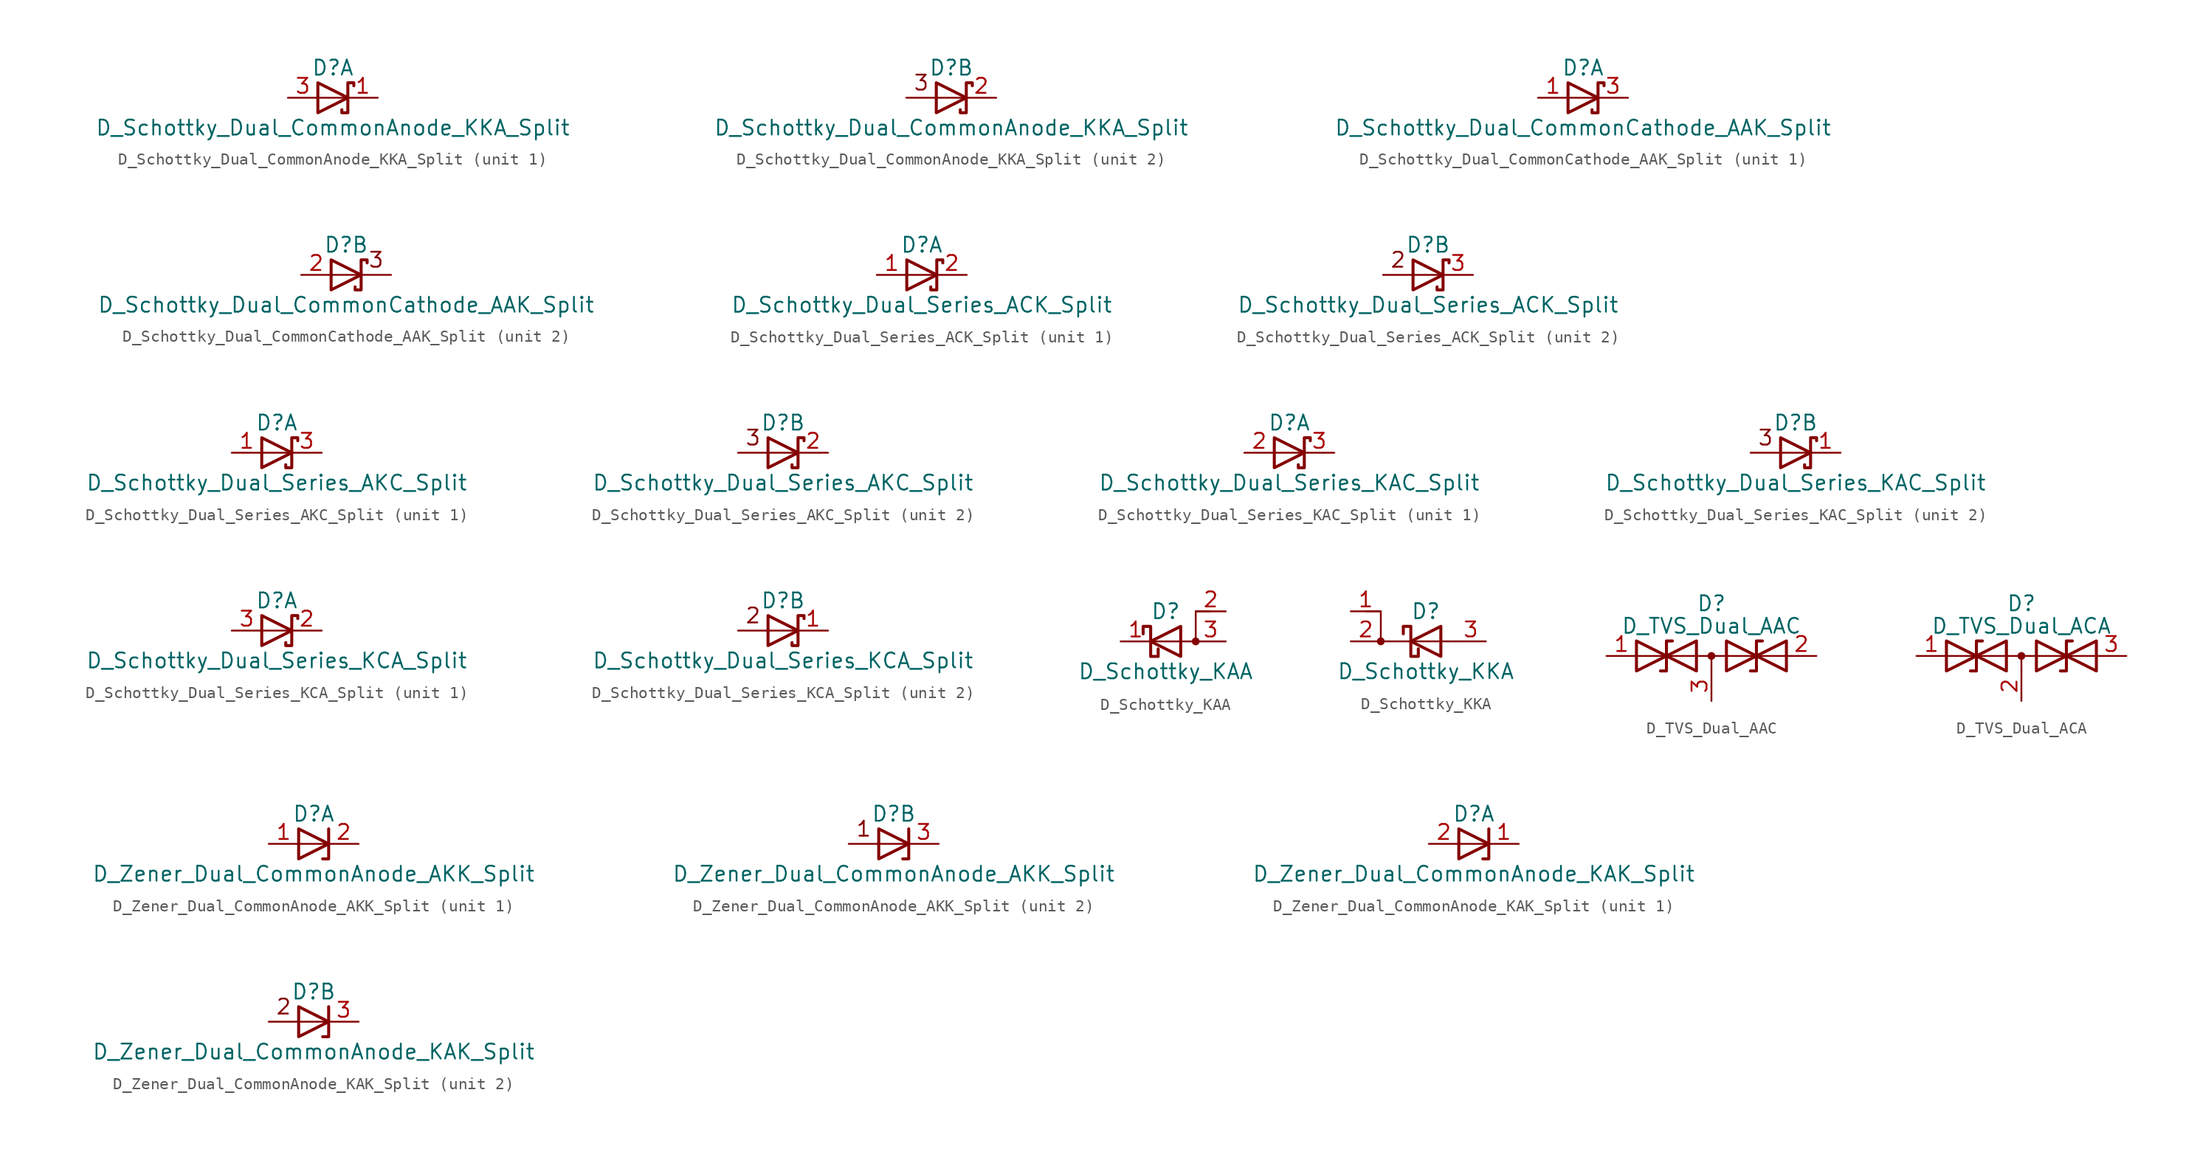
<source format=kicad_sym>
(kicad_symbol_lib
  (version 20220914)
  (generator kicad_symbol_editor)
  (symbol "D_Schottky_Dual_CommonAnode_KKA_Split"
    (pin_names
      (offset 0.762) hide)
    (property "Reference" "D"
      (at 0 2.54 0)
      (effects (font (size 1.27 1.27))))
    (property "Value" "D_Schottky_Dual_CommonAnode_KKA_Split"
      (at 0 -2.54 0)
      (effects (font (size 1.27 1.27))))
    (property "ki_locked" ""
      (at 0 0 0)
      (effects (font (size 1.27 1.27))))
    (symbol "D_Schottky_Dual_CommonAnode_KKA_Split_0_1"
      (polyline (pts (xy -1.27 1.27) (xy 1.27 0) (xy -1.27 -1.27) (xy -1.27 1.27) (xy -1.27 1.27) (xy -1.27 1.27)) (stroke (width 0.254) (type default)) (fill (type none)))
      (polyline (pts (xy 1.778 1.016) (xy 1.778 1.27) (xy 1.27 1.27) (xy 1.27 -1.27) (xy 0.762 -1.27) (xy 0.762 -1.016)) (stroke (width 0.254) (type default)) (fill (type none))))
    (symbol "D_Schottky_Dual_CommonAnode_KKA_Split_1_1"
      (polyline (pts (xy 1.27 0) (xy -1.27 0)) (stroke (width 0) (type default)) (fill (type none)))
      (pin passive line (at 3.81 0 180) (length 2.54) (name "K" (effects (font (size 1.27 1.27)))) (number "1" (effects (font (size 1.27 1.27)))))
      (pin passive line (at -3.81 0 0) (length 2.54) (name "A" (effects (font (size 1.27 1.27)))) (number "3" (effects (font (size 1.27 1.27))))))
    (symbol "D_Schottky_Dual_CommonAnode_KKA_Split_2_0"
      (polyline (pts (xy 1.27 0) (xy -3.81 0)) (stroke (width 0) (type default)) (fill (type none)))
      (text "3" (at -2.54 1.27 0) (effects (font (size 1.27 1.27)))))
    (symbol "D_Schottky_Dual_CommonAnode_KKA_Split_2_1"
      (pin passive line (at 3.81 0 180) (length 2.54) (name "K" (effects (font (size 1.27 1.27)))) (number "2" (effects (font (size 1.27 1.27)))))))
  (symbol "D_Schottky_Dual_CommonCathode_AAK_Split"
    (pin_names
      (offset 0.762) hide)
    (property "Reference" "D"
      (at 0 2.54 0)
      (effects (font (size 1.27 1.27))))
    (property "Value" "D_Schottky_Dual_CommonCathode_AAK_Split"
      (at 0 -2.54 0)
      (effects (font (size 1.27 1.27))))
    (property "ki_locked" ""
      (at 0 0 0)
      (effects (font (size 1.27 1.27))))
    (symbol "D_Schottky_Dual_CommonCathode_AAK_Split_0_1"
      (polyline (pts (xy -1.27 1.27) (xy 1.27 0) (xy -1.27 -1.27) (xy -1.27 1.27) (xy -1.27 1.27) (xy -1.27 1.27)) (stroke (width 0.254) (type default)) (fill (type none)))
      (polyline (pts (xy 1.778 1.016) (xy 1.778 1.27) (xy 1.27 1.27) (xy 1.27 -1.27) (xy 0.762 -1.27) (xy 0.762 -1.016)) (stroke (width 0.254) (type default)) (fill (type none))))
    (symbol "D_Schottky_Dual_CommonCathode_AAK_Split_1_1"
      (polyline (pts (xy 1.27 0) (xy -1.27 0)) (stroke (width 0) (type default)) (fill (type none)))
      (pin passive line (at -3.81 0 0) (length 2.54) (name "A" (effects (font (size 1.27 1.27)))) (number "1" (effects (font (size 1.27 1.27)))))
      (pin passive line (at 3.81 0 180) (length 2.54) (name "K" (effects (font (size 1.27 1.27)))) (number "3" (effects (font (size 1.27 1.27))))))
    (symbol "D_Schottky_Dual_CommonCathode_AAK_Split_2_0"
      (polyline (pts (xy 3.81 0) (xy -1.27 0)) (stroke (width 0) (type default)) (fill (type none)))
      (text "3" (at 2.54 1.27 0) (effects (font (size 1.27 1.27)))))
    (symbol "D_Schottky_Dual_CommonCathode_AAK_Split_2_1"
      (pin passive line (at -3.81 0 0) (length 2.54) (name "K" (effects (font (size 1.27 1.27)))) (number "2" (effects (font (size 1.27 1.27)))))))
  (symbol "D_Schottky_Dual_Series_ACK_Split"
    (pin_names
      (offset 0.762) hide)
    (property "Reference" "D"
      (at 0 2.54 0)
      (effects (font (size 1.27 1.27))))
    (property "Value" "D_Schottky_Dual_Series_ACK_Split"
      (at 0 -2.54 0)
      (effects (font (size 1.27 1.27))))
    (property "ki_locked" ""
      (at 0 0 0)
      (effects (font (size 1.27 1.27))))
    (symbol "D_Schottky_Dual_Series_ACK_Split_0_1"
      (polyline (pts (xy -1.27 1.27) (xy 1.27 0) (xy -1.27 -1.27) (xy -1.27 1.27) (xy -1.27 1.27) (xy -1.27 1.27)) (stroke (width 0.254) (type default)) (fill (type none)))
      (polyline (pts (xy 1.778 1.016) (xy 1.778 1.27) (xy 1.27 1.27) (xy 1.27 -1.27) (xy 0.762 -1.27) (xy 0.762 -1.016)) (stroke (width 0.254) (type default)) (fill (type none))))
    (symbol "D_Schottky_Dual_Series_ACK_Split_1_1"
      (polyline (pts (xy 1.27 0) (xy -1.27 0)) (stroke (width 0) (type default)) (fill (type none)))
      (pin passive line (at -3.81 0 0) (length 2.54) (name "A" (effects (font (size 1.27 1.27)))) (number "1" (effects (font (size 1.27 1.27)))))
      (pin passive line (at 3.81 0 180) (length 2.54) (name "K" (effects (font (size 1.27 1.27)))) (number "2" (effects (font (size 1.27 1.27))))))
    (symbol "D_Schottky_Dual_Series_ACK_Split_2_0"
      (polyline (pts (xy 1.27 0) (xy -3.81 0)) (stroke (width 0) (type default)) (fill (type none)))
      (text "2" (at -2.54 1.27 0) (effects (font (size 1.27 1.27)))))
    (symbol "D_Schottky_Dual_Series_ACK_Split_2_1"
      (pin passive line (at 3.81 0 180) (length 2.54) (name "K" (effects (font (size 1.27 1.27)))) (number "3" (effects (font (size 1.27 1.27)))))))
  (symbol "D_Schottky_Dual_Series_AKC_Split"
    (pin_names
      (offset 0.762) hide)
    (property "Reference" "D"
      (at 0 2.54 0)
      (effects (font (size 1.27 1.27))))
    (property "Value" "D_Schottky_Dual_Series_AKC_Split"
      (at 0 -2.54 0)
      (effects (font (size 1.27 1.27))))
    (property "ki_locked" ""
      (at 0 0 0)
      (effects (font (size 1.27 1.27))))
    (symbol "D_Schottky_Dual_Series_AKC_Split_0_1"
      (polyline (pts (xy -1.27 1.27) (xy 1.27 0) (xy -1.27 -1.27) (xy -1.27 1.27) (xy -1.27 1.27) (xy -1.27 1.27)) (stroke (width 0.254) (type default)) (fill (type none)))
      (polyline (pts (xy 1.778 1.016) (xy 1.778 1.27) (xy 1.27 1.27) (xy 1.27 -1.27) (xy 0.762 -1.27) (xy 0.762 -1.016)) (stroke (width 0.254) (type default)) (fill (type none))))
    (symbol "D_Schottky_Dual_Series_AKC_Split_1_1"
      (polyline (pts (xy 1.27 0) (xy -1.27 0)) (stroke (width 0) (type default)) (fill (type none)))
      (pin passive line (at -3.81 0 0) (length 2.54) (name "A" (effects (font (size 1.27 1.27)))) (number "1" (effects (font (size 1.27 1.27)))))
      (pin passive line (at 3.81 0 180) (length 2.54) (name "K" (effects (font (size 1.27 1.27)))) (number "3" (effects (font (size 1.27 1.27))))))
    (symbol "D_Schottky_Dual_Series_AKC_Split_2_0"
      (polyline (pts (xy 1.27 0) (xy -3.81 0)) (stroke (width 0) (type default)) (fill (type none)))
      (text "3" (at -2.54 1.27 0) (effects (font (size 1.27 1.27)))))
    (symbol "D_Schottky_Dual_Series_AKC_Split_2_1"
      (pin passive line (at 3.81 0 180) (length 2.54) (name "K" (effects (font (size 1.27 1.27)))) (number "2" (effects (font (size 1.27 1.27)))))))
  (symbol "D_Schottky_Dual_Series_KAC_Split"
    (pin_names
      (offset 0.762) hide)
    (property "Reference" "D"
      (at 0 2.54 0)
      (effects (font (size 1.27 1.27))))
    (property "Value" "D_Schottky_Dual_Series_KAC_Split"
      (at 0 -2.54 0)
      (effects (font (size 1.27 1.27))))
    (property "ki_locked" ""
      (at 0 0 0)
      (effects (font (size 1.27 1.27))))
    (symbol "D_Schottky_Dual_Series_KAC_Split_0_1"
      (polyline (pts (xy -1.27 1.27) (xy 1.27 0) (xy -1.27 -1.27) (xy -1.27 1.27) (xy -1.27 1.27) (xy -1.27 1.27)) (stroke (width 0.254) (type default)) (fill (type none)))
      (polyline (pts (xy 1.778 1.016) (xy 1.778 1.27) (xy 1.27 1.27) (xy 1.27 -1.27) (xy 0.762 -1.27) (xy 0.762 -1.016)) (stroke (width 0.254) (type default)) (fill (type none))))
    (symbol "D_Schottky_Dual_Series_KAC_Split_1_1"
      (polyline (pts (xy 1.27 0) (xy -1.27 0)) (stroke (width 0) (type default)) (fill (type none)))
      (pin passive line (at -3.81 0 0) (length 2.54) (name "A" (effects (font (size 1.27 1.27)))) (number "2" (effects (font (size 1.27 1.27)))))
      (pin passive line (at 3.81 0 180) (length 2.54) (name "K" (effects (font (size 1.27 1.27)))) (number "3" (effects (font (size 1.27 1.27))))))
    (symbol "D_Schottky_Dual_Series_KAC_Split_2_0"
      (polyline (pts (xy 1.27 0) (xy -3.81 0)) (stroke (width 0) (type default)) (fill (type none)))
      (text "3" (at -2.54 1.27 0) (effects (font (size 1.27 1.27)))))
    (symbol "D_Schottky_Dual_Series_KAC_Split_2_1"
      (pin passive line (at 3.81 0 180) (length 2.54) (name "K" (effects (font (size 1.27 1.27)))) (number "1" (effects (font (size 1.27 1.27)))))))
  (symbol "D_Schottky_Dual_Series_KCA_Split"
    (pin_names
      (offset 0.762) hide)
    (property "Reference" "D"
      (at 0 2.54 0)
      (effects (font (size 1.27 1.27))))
    (property "Value" "D_Schottky_Dual_Series_KCA_Split"
      (at 0 -2.54 0)
      (effects (font (size 1.27 1.27))))
    (property "ki_locked" ""
      (at 0 0 0)
      (effects (font (size 1.27 1.27))))
    (symbol "D_Schottky_Dual_Series_KCA_Split_0_1"
      (polyline (pts (xy -1.27 1.27) (xy 1.27 0) (xy -1.27 -1.27) (xy -1.27 1.27) (xy -1.27 1.27) (xy -1.27 1.27)) (stroke (width 0.254) (type default)) (fill (type none)))
      (polyline (pts (xy 1.778 1.016) (xy 1.778 1.27) (xy 1.27 1.27) (xy 1.27 -1.27) (xy 0.762 -1.27) (xy 0.762 -1.016)) (stroke (width 0.254) (type default)) (fill (type none))))
    (symbol "D_Schottky_Dual_Series_KCA_Split_1_1"
      (polyline (pts (xy 1.27 0) (xy -1.27 0)) (stroke (width 0) (type default)) (fill (type none)))
      (pin passive line (at 3.81 0 180) (length 2.54) (name "K" (effects (font (size 1.27 1.27)))) (number "2" (effects (font (size 1.27 1.27)))))
      (pin passive line (at -3.81 0 0) (length 2.54) (name "A" (effects (font (size 1.27 1.27)))) (number "3" (effects (font (size 1.27 1.27))))))
    (symbol "D_Schottky_Dual_Series_KCA_Split_2_0"
      (polyline (pts (xy 1.27 0) (xy -3.81 0)) (stroke (width 0) (type default)) (fill (type none)))
      (text "2" (at -2.54 1.27 0) (effects (font (size 1.27 1.27)))))
    (symbol "D_Schottky_Dual_Series_KCA_Split_2_1"
      (pin passive line (at 3.81 0 180) (length 2.54) (name "K" (effects (font (size 1.27 1.27)))) (number "1" (effects (font (size 1.27 1.27)))))))
  (symbol "D_Schottky_KAA"
    (pin_names
      (offset 0) hide)
    (property "Reference" "D"
      (at 0 2.54 0)
      (effects (font (size 1.27 1.27))))
    (property "Value" "D_Schottky_KAA"
      (at 0 -2.54 0)
      (effects (font (size 1.27 1.27))))
    (symbol "D_Schottky_KAA_0_1"
      (polyline (pts (xy 1.27 1.27) (xy 1.27 -1.27) (xy -1.27 0) (xy 1.27 1.27)) (stroke (width 0.254) (type default)) (fill (type none)))
      (polyline (pts (xy 3.81 2.54) (xy 2.54 2.54) (xy 2.54 0) (xy -1.27 0)) (stroke (width 0) (type default)) (fill (type none)))
      (polyline (pts (xy -1.905 0.635) (xy -1.905 1.27) (xy -1.27 1.27) (xy -1.27 -1.27) (xy -0.635 -1.27) (xy -0.635 -0.635)) (stroke (width 0.254) (type default)) (fill (type none)))
      (circle (center 2.54 0) (radius 0.254) (stroke (width 0) (type default)) (fill (type outline))))
    (symbol "D_Schottky_KAA_1_1"
      (pin passive line (at -3.81 0 0) (length 2.54) (name "K" (effects (font (size 1.27 1.27)))) (number "1" (effects (font (size 1.27 1.27)))))
      (pin input line (at 5.08 2.54 180) (length 2.54) (name "A" (effects (font (size 1.27 1.27)))) (number "2" (effects (font (size 1.27 1.27)))))
      (pin passive line (at 5.08 0 180) (length 2.54) (name "A" (effects (font (size 1.27 1.27)))) (number "3" (effects (font (size 1.27 1.27)))))))
  (symbol "D_Schottky_KKA"
    (pin_names
      (offset 0) hide)
    (property "Reference" "D"
      (at 0 2.54 0)
      (effects (font (size 1.27 1.27))))
    (property "Value" "D_Schottky_KKA"
      (at 0 -2.54 0)
      (effects (font (size 1.27 1.27))))
    (symbol "D_Schottky_KKA_0_1"
      (circle (center -3.81 0) (radius 0.254) (stroke (width 0) (type default)) (fill (type outline)))
      (polyline (pts (xy -5.08 2.54) (xy -3.81 2.54) (xy -3.81 0) (xy 2.54 0)) (stroke (width 0) (type default)) (fill (type none)))
      (polyline (pts (xy 1.27 1.27) (xy 1.27 -1.27) (xy -1.27 0) (xy 1.27 1.27)) (stroke (width 0.254) (type default)) (fill (type none)))
      (polyline (pts (xy -1.905 0.635) (xy -1.905 1.27) (xy -1.27 1.27) (xy -1.27 -1.27) (xy -0.635 -1.27) (xy -0.635 -0.635)) (stroke (width 0.254) (type default)) (fill (type none))))
    (symbol "D_Schottky_KKA_1_1"
      (pin input line (at -6.35 2.54 0) (length 2.54) (name "K" (effects (font (size 1.27 1.27)))) (number "1" (effects (font (size 1.27 1.27)))))
      (pin passive line (at -6.35 0 0) (length 2.54) (name "K" (effects (font (size 1.27 1.27)))) (number "2" (effects (font (size 1.27 1.27)))))
      (pin passive line (at 5.08 0 180) (length 2.54) (name "A" (effects (font (size 1.27 1.27)))) (number "3" (effects (font (size 1.27 1.27)))))))
  (symbol "D_TVS_Dual_AAC"
    (pin_names
      (offset 1.016) hide)
    (property "Reference" "D"
      (at 0 4.445 0)
      (effects (font (size 1.27 1.27))))
    (property "Value" "D_TVS_Dual_AAC"
      (at 0 2.54 0)
      (effects (font (size 1.27 1.27))))
    (symbol "D_TVS_Dual_AAC_0_0"
      (polyline (pts (xy 0 -1.27) (xy 0 0)) (stroke (width 0) (type default)) (fill (type none))))
    (symbol "D_TVS_Dual_AAC_0_1"
      (polyline (pts (xy -6.35 0) (xy 6.35 0)) (stroke (width 0) (type default)) (fill (type none)))
      (polyline (pts (xy -3.302 1.27) (xy -3.81 1.27) (xy -3.81 -1.27) (xy -4.318 -1.27)) (stroke (width 0.254) (type default)) (fill (type none)))
      (polyline (pts (xy 4.318 1.27) (xy 3.81 1.27) (xy 3.81 -1.27) (xy 3.302 -1.27)) (stroke (width 0.254) (type default)) (fill (type none)))
      (polyline (pts (xy -6.35 1.27) (xy -1.27 -1.27) (xy -1.27 1.27) (xy -6.35 -1.27) (xy -6.35 1.27)) (stroke (width 0.254) (type default)) (fill (type none)))
      (polyline (pts (xy 6.35 1.27) (xy 1.27 -1.27) (xy 1.27 1.27) (xy 6.35 -1.27) (xy 6.35 1.27)) (stroke (width 0.254) (type default)) (fill (type none)))
      (circle (center 0 0) (radius 0.254) (stroke (width 0) (type default)) (fill (type outline))))
    (symbol "D_TVS_Dual_AAC_1_1"
      (pin passive line (at -8.89 0 0) (length 2.54) (name "A1" (effects (font (size 1.27 1.27)))) (number "1" (effects (font (size 1.27 1.27)))))
      (pin passive line (at 8.89 0 180) (length 2.54) (name "A2" (effects (font (size 1.27 1.27)))) (number "2" (effects (font (size 1.27 1.27)))))
      (pin input line (at 0 -3.81 90) (length 2.54) (name "common" (effects (font (size 1.27 1.27)))) (number "3" (effects (font (size 1.27 1.27)))))))
  (symbol "D_TVS_Dual_ACA"
    (pin_names
      (offset 1.016) hide)
    (property "Reference" "D"
      (at 0 4.445 0)
      (effects (font (size 1.27 1.27))))
    (property "Value" "D_TVS_Dual_ACA"
      (at 0 2.54 0)
      (effects (font (size 1.27 1.27))))
    (symbol "D_TVS_Dual_ACA_0_0"
      (polyline (pts (xy -6.35 -1.27) (xy -1.27 1.27) (xy -1.27 -1.27) (xy -6.35 1.27) (xy -6.35 -1.27)) (stroke (width 0.254) (type default)) (fill (type none)))
      (polyline (pts (xy 1.27 1.27) (xy 1.27 -1.27) (xy 6.35 1.27) (xy 6.35 -1.27) (xy 1.27 1.27)) (stroke (width 0.254) (type default)) (fill (type none))))
    (symbol "D_TVS_Dual_ACA_0_1"
      (polyline (pts (xy -6.35 0) (xy 6.35 0)) (stroke (width 0) (type default)) (fill (type none)))
      (polyline (pts (xy 0 0) (xy 0 -1.27)) (stroke (width 0) (type default)) (fill (type none)))
      (polyline (pts (xy -3.302 1.27) (xy -3.81 1.27) (xy -3.81 -1.27) (xy -4.318 -1.27)) (stroke (width 0.254) (type default)) (fill (type none)))
      (polyline (pts (xy 4.318 1.27) (xy 3.81 1.27) (xy 3.81 -1.27) (xy 3.302 -1.27)) (stroke (width 0.254) (type default)) (fill (type none)))
      (circle (center 0 0) (radius 0.254) (stroke (width 0) (type default)) (fill (type outline))))
    (symbol "D_TVS_Dual_ACA_1_1"
      (pin passive line (at -8.89 0 0) (length 2.54) (name "A1" (effects (font (size 1.27 1.27)))) (number "1" (effects (font (size 1.27 1.27)))))
      (pin input line (at 0 -3.81 90) (length 2.54) (name "common" (effects (font (size 1.27 1.27)))) (number "2" (effects (font (size 1.27 1.27)))))
      (pin passive line (at 8.89 0 180) (length 2.54) (name "A2" (effects (font (size 1.27 1.27)))) (number "3" (effects (font (size 1.27 1.27)))))))
  (symbol "D_Zener_Dual_CommonAnode_AKK_Split"
    (pin_names
      (offset 0.762) hide)
    (property "Reference" "D"
      (at 0 2.54 0)
      (effects (font (size 1.27 1.27))))
    (property "Value" "D_Zener_Dual_CommonAnode_AKK_Split"
      (at 0 -2.54 0)
      (effects (font (size 1.27 1.27))))
    (property "ki_locked" ""
      (at 0 0 0)
      (effects (font (size 1.27 1.27))))
    (symbol "D_Zener_Dual_CommonAnode_AKK_Split_0_0"
      (polyline (pts (xy 1.27 1.27) (xy 1.27 -1.27) (xy 0.762 -1.27)) (stroke (width 0.254) (type default)) (fill (type none))))
    (symbol "D_Zener_Dual_CommonAnode_AKK_Split_0_1"
      (polyline (pts (xy -1.27 1.27) (xy 1.27 0) (xy -1.27 -1.27) (xy -1.27 1.27) (xy -1.27 1.27) (xy -1.27 1.27)) (stroke (width 0.254) (type default)) (fill (type none))))
    (symbol "D_Zener_Dual_CommonAnode_AKK_Split_1_1"
      (polyline (pts (xy 1.27 0) (xy -1.27 0)) (stroke (width 0) (type default)) (fill (type none)))
      (pin passive line (at -3.81 0 0) (length 2.54) (name "A" (effects (font (size 1.27 1.27)))) (number "1" (effects (font (size 1.27 1.27)))))
      (pin passive line (at 3.81 0 180) (length 2.54) (name "K" (effects (font (size 1.27 1.27)))) (number "2" (effects (font (size 1.27 1.27))))))
    (symbol "D_Zener_Dual_CommonAnode_AKK_Split_2_0"
      (polyline (pts (xy 1.27 0) (xy -3.81 0)) (stroke (width 0) (type default)) (fill (type none)))
      (text "1" (at -2.54 1.27 0) (effects (font (size 1.27 1.27)))))
    (symbol "D_Zener_Dual_CommonAnode_AKK_Split_2_1"
      (pin passive line (at 3.81 0 180) (length 2.54) (name "K" (effects (font (size 1.27 1.27)))) (number "3" (effects (font (size 1.27 1.27)))))))
  (symbol "D_Zener_Dual_CommonAnode_KAK_Split"
    (pin_names
      (offset 0.762) hide)
    (property "Reference" "D"
      (at 0 2.54 0)
      (effects (font (size 1.27 1.27))))
    (property "Value" "D_Zener_Dual_CommonAnode_KAK_Split"
      (at 0 -2.54 0)
      (effects (font (size 1.27 1.27))))
    (property "ki_locked" ""
      (at 0 0 0)
      (effects (font (size 1.27 1.27))))
    (symbol "D_Zener_Dual_CommonAnode_KAK_Split_0_0"
      (polyline (pts (xy 1.27 1.27) (xy 1.27 -1.27) (xy 0.762 -1.27)) (stroke (width 0.254) (type default)) (fill (type none))))
    (symbol "D_Zener_Dual_CommonAnode_KAK_Split_0_1"
      (polyline (pts (xy -1.27 1.27) (xy 1.27 0) (xy -1.27 -1.27) (xy -1.27 1.27) (xy -1.27 1.27) (xy -1.27 1.27)) (stroke (width 0.254) (type default)) (fill (type none))))
    (symbol "D_Zener_Dual_CommonAnode_KAK_Split_1_1"
      (polyline (pts (xy 1.27 0) (xy -1.27 0)) (stroke (width 0) (type default)) (fill (type none)))
      (pin passive line (at 3.81 0 180) (length 2.54) (name "K" (effects (font (size 1.27 1.27)))) (number "1" (effects (font (size 1.27 1.27)))))
      (pin passive line (at -3.81 0 0) (length 2.54) (name "A" (effects (font (size 1.27 1.27)))) (number "2" (effects (font (size 1.27 1.27))))))
    (symbol "D_Zener_Dual_CommonAnode_KAK_Split_2_0"
      (polyline (pts (xy 1.27 0) (xy -3.81 0)) (stroke (width 0) (type default)) (fill (type none)))
      (text "2" (at -2.54 1.27 0) (effects (font (size 1.27 1.27)))))
    (symbol "D_Zener_Dual_CommonAnode_KAK_Split_2_1"
      (pin passive line (at 3.81 0 180) (length 2.54) (name "K" (effects (font (size 1.27 1.27)))) (number "3" (effects (font (size 1.27 1.27))))))))
</source>
